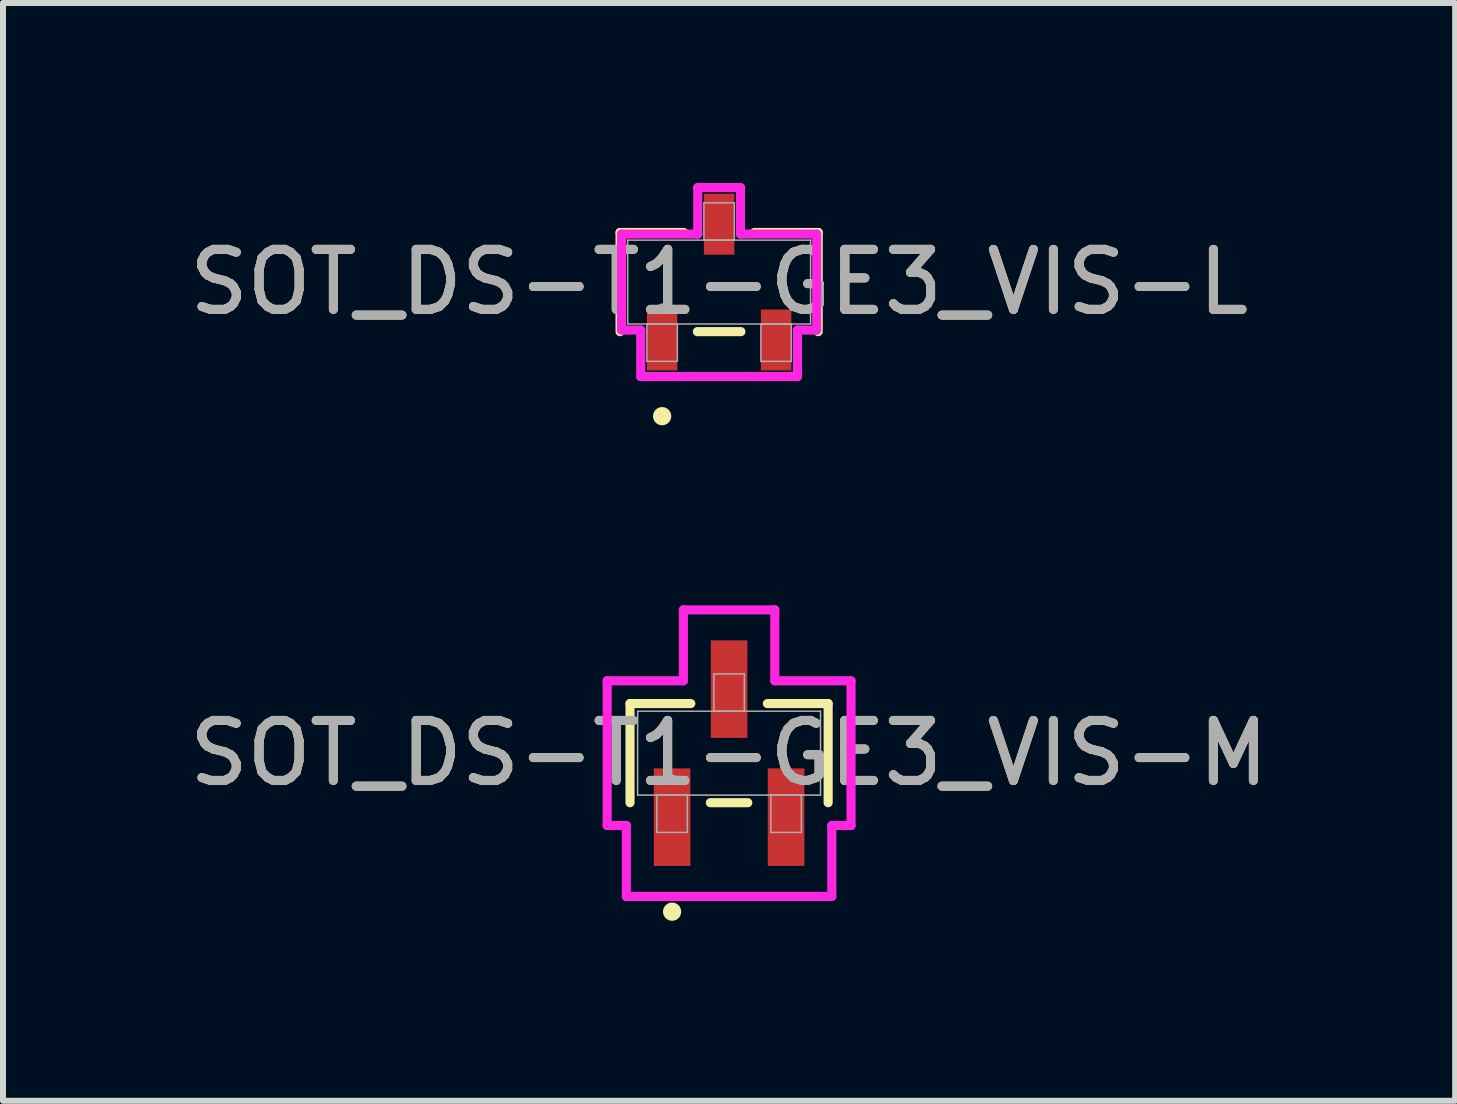
<source format=kicad_pcb>
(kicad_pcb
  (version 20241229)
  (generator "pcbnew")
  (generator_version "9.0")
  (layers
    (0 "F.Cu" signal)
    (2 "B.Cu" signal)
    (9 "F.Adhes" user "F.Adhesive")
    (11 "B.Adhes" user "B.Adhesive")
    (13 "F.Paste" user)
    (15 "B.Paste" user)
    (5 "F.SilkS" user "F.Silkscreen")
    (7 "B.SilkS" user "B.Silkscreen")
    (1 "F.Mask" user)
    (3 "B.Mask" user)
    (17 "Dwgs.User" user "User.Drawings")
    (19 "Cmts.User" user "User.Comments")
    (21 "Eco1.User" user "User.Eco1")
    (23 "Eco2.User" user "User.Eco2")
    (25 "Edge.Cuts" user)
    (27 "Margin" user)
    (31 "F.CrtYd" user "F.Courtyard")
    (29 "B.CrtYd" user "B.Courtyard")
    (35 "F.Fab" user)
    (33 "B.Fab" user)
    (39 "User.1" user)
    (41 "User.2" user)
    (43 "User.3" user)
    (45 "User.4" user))
  (footprint "SOT_DS-T1-GE3_VIS-M"
    (layer "F.Cu")
    (at 9.101 9.502)
    (property "Reference" "SOT_DS-T1-GE3_VIS-M" (at 0 0 0) (unlocked yes) (layer "F.SilkS") (effects (font (size 1 1) (thickness 0.15))))
    (attr smd)
    (fp_line (start -1.651 -0.826) (end -1.651 0.826) (stroke (width 0.152) (type solid)) (layer "F.SilkS"))
    (fp_line (start -0.638 -0.826) (end -1.651 -0.826) (stroke (width 0.152) (type solid)) (layer "F.SilkS"))
    (fp_line (start -0.312 0.826) (end 0.312 0.826) (stroke (width 0.152) (type solid)) (layer "F.SilkS"))
    (fp_line (start 1.651 -0.826) (end 0.638 -0.826) (stroke (width 0.152) (type solid)) (layer "F.SilkS"))
    (fp_line (start 1.651 0.826) (end 1.651 -0.826) (stroke (width 0.152) (type solid)) (layer "F.SilkS"))
    (fp_circle (center -0.95 2.642) (end -0.874 2.642) (stroke (width 0.152) (type solid)) (fill no) (layer "F.SilkS"))
    (fp_line (start -2.032 -1.206) (end -0.762 -1.206) (stroke (width 0.152) (type solid)) (layer "F.CrtYd"))
    (fp_line (start -2.032 1.206) (end -2.032 -1.206) (stroke (width 0.152) (type solid)) (layer "F.CrtYd"))
    (fp_line (start -2.032 1.206) (end -1.712 1.206) (stroke (width 0.152) (type solid)) (layer "F.CrtYd"))
    (fp_line (start -1.712 1.206) (end -1.712 2.388) (stroke (width 0.152) (type solid)) (layer "F.CrtYd"))
    (fp_line (start -1.712 2.388) (end 1.712 2.388) (stroke (width 0.152) (type solid)) (layer "F.CrtYd"))
    (fp_line (start -0.762 -2.388) (end 0.762 -2.388) (stroke (width 0.152) (type solid)) (layer "F.CrtYd"))
    (fp_line (start -0.762 -1.206) (end -0.762 -2.388) (stroke (width 0.152) (type solid)) (layer "F.CrtYd"))
    (fp_line (start 0.762 -1.206) (end 0.762 -2.388) (stroke (width 0.152) (type solid)) (layer "F.CrtYd"))
    (fp_line (start 1.712 1.206) (end 1.712 2.388) (stroke (width 0.152) (type solid)) (layer "F.CrtYd"))
    (fp_line (start 2.032 -1.206) (end 0.762 -1.206) (stroke (width 0.152) (type solid)) (layer "F.CrtYd"))
    (fp_line (start 2.032 -1.206) (end 2.032 1.206) (stroke (width 0.152) (type solid)) (layer "F.CrtYd"))
    (fp_line (start 2.032 1.206) (end 1.712 1.206) (stroke (width 0.152) (type solid)) (layer "F.CrtYd"))
    (fp_line (start -1.524 -0.699) (end -1.524 0.699) (stroke (width 0.025) (type solid)) (layer "F.Fab"))
    (fp_line (start -1.524 0.699) (end 1.524 0.699) (stroke (width 0.025) (type solid)) (layer "F.Fab"))
    (fp_line (start -1.204 0.699) (end -1.204 1.321) (stroke (width 0.025) (type solid)) (layer "F.Fab"))
    (fp_line (start -1.204 1.321) (end -0.696 1.321) (stroke (width 0.025) (type solid)) (layer "F.Fab"))
    (fp_line (start -0.696 0.699) (end -1.204 0.699) (stroke (width 0.025) (type solid)) (layer "F.Fab"))
    (fp_line (start -0.696 1.321) (end -0.696 0.699) (stroke (width 0.025) (type solid)) (layer "F.Fab"))
    (fp_line (start -0.254 -1.321) (end -0.254 -0.699) (stroke (width 0.025) (type solid)) (layer "F.Fab"))
    (fp_line (start -0.254 -0.699) (end 0.254 -0.699) (stroke (width 0.025) (type solid)) (layer "F.Fab"))
    (fp_line (start 0.254 -1.321) (end -0.254 -1.321) (stroke (width 0.025) (type solid)) (layer "F.Fab"))
    (fp_line (start 0.254 -0.699) (end 0.254 -1.321) (stroke (width 0.025) (type solid)) (layer "F.Fab"))
    (fp_line (start 0.696 0.699) (end 0.696 1.321) (stroke (width 0.025) (type solid)) (layer "F.Fab"))
    (fp_line (start 0.696 1.321) (end 1.204 1.321) (stroke (width 0.025) (type solid)) (layer "F.Fab"))
    (fp_line (start 1.204 0.699) (end 0.696 0.699) (stroke (width 0.025) (type solid)) (layer "F.Fab"))
    (fp_line (start 1.204 1.321) (end 1.204 0.699) (stroke (width 0.025) (type solid)) (layer "F.Fab"))
    (fp_line (start 1.524 -0.699) (end -1.524 -0.699) (stroke (width 0.025) (type solid)) (layer "F.Fab"))
    (fp_line (start 1.524 0.699) (end 1.524 -0.699) (stroke (width 0.025) (type solid)) (layer "F.Fab"))
    (fp_circle (center -0.95 0.445) (end -0.874 0.445) (stroke (width 0.025) (type solid)) (fill no) (layer "F.Fab"))
    (fp_text user "${REFERENCE}" (at 0 0 0) (unlocked yes) (layer "F.Fab") (effects (font (size 1 1) (thickness 0.15))))
    (pad "1" smd rect (at -0.95 1.067) (size 0.61 1.626) (layers "F.Cu" "F.Mask" "F.Paste"))
    (pad "2" smd rect (at 0.95 1.067) (size 0.61 1.626) (layers "F.Cu" "F.Mask" "F.Paste"))
    (pad "3" smd rect (at 0 -1.067) (size 0.61 1.626) (layers "F.Cu" "F.Mask" "F.Paste")))
  (footprint "SOT_DS-T1-GE3_VIS-L"
    (layer "F.Cu")
    (at 8.935 1.651)
    (property "Reference" "SOT_DS-T1-GE3_VIS-L" (at 0 0 0) (unlocked yes) (layer "F.SilkS") (effects (font (size 1 1) (thickness 0.15))))
    (attr smd)
    (fp_line (start -1.651 -0.826) (end -1.651 0.826) (stroke (width 0.152) (type solid)) (layer "F.SilkS"))
    (fp_line (start -0.587 -0.826) (end -1.651 -0.826) (stroke (width 0.152) (type solid)) (layer "F.SilkS"))
    (fp_line (start -0.363 0.826) (end 0.363 0.826) (stroke (width 0.152) (type solid)) (layer "F.SilkS"))
    (fp_line (start 1.651 -0.826) (end 0.587 -0.826) (stroke (width 0.152) (type solid)) (layer "F.SilkS"))
    (fp_line (start 1.651 0.826) (end 1.651 -0.826) (stroke (width 0.152) (type solid)) (layer "F.SilkS"))
    (fp_circle (center -0.95 2.235) (end -0.874 2.235) (stroke (width 0.152) (type solid)) (fill no) (layer "F.SilkS"))
    (fp_line (start -1.626 -0.8) (end -0.356 -0.8) (stroke (width 0.152) (type solid)) (layer "F.CrtYd"))
    (fp_line (start -1.626 0.8) (end -1.626 -0.8) (stroke (width 0.152) (type solid)) (layer "F.CrtYd"))
    (fp_line (start -1.626 0.8) (end -1.306 0.8) (stroke (width 0.152) (type solid)) (layer "F.CrtYd"))
    (fp_line (start -1.306 0.8) (end -1.306 1.575) (stroke (width 0.152) (type solid)) (layer "F.CrtYd"))
    (fp_line (start -1.306 1.575) (end 1.306 1.575) (stroke (width 0.152) (type solid)) (layer "F.CrtYd"))
    (fp_line (start -0.356 -1.575) (end 0.356 -1.575) (stroke (width 0.152) (type solid)) (layer "F.CrtYd"))
    (fp_line (start -0.356 -0.8) (end -0.356 -1.575) (stroke (width 0.152) (type solid)) (layer "F.CrtYd"))
    (fp_line (start 0.356 -0.8) (end 0.356 -1.575) (stroke (width 0.152) (type solid)) (layer "F.CrtYd"))
    (fp_line (start 1.306 0.8) (end 1.306 1.575) (stroke (width 0.152) (type solid)) (layer "F.CrtYd"))
    (fp_line (start 1.626 -0.8) (end 0.356 -0.8) (stroke (width 0.152) (type solid)) (layer "F.CrtYd"))
    (fp_line (start 1.626 -0.8) (end 1.626 0.8) (stroke (width 0.152) (type solid)) (layer "F.CrtYd"))
    (fp_line (start 1.626 0.8) (end 1.306 0.8) (stroke (width 0.152) (type solid)) (layer "F.CrtYd"))
    (fp_line (start -1.524 -0.699) (end -1.524 0.699) (stroke (width 0.025) (type solid)) (layer "F.Fab"))
    (fp_line (start -1.524 0.699) (end 1.524 0.699) (stroke (width 0.025) (type solid)) (layer "F.Fab"))
    (fp_line (start -1.204 0.699) (end -1.204 1.321) (stroke (width 0.025) (type solid)) (layer "F.Fab"))
    (fp_line (start -1.204 1.321) (end -0.696 1.321) (stroke (width 0.025) (type solid)) (layer "F.Fab"))
    (fp_line (start -0.696 0.699) (end -1.204 0.699) (stroke (width 0.025) (type solid)) (layer "F.Fab"))
    (fp_line (start -0.696 1.321) (end -0.696 0.699) (stroke (width 0.025) (type solid)) (layer "F.Fab"))
    (fp_line (start -0.254 -1.321) (end -0.254 -0.699) (stroke (width 0.025) (type solid)) (layer "F.Fab"))
    (fp_line (start -0.254 -0.699) (end 0.254 -0.699) (stroke (width 0.025) (type solid)) (layer "F.Fab"))
    (fp_line (start 0.254 -1.321) (end -0.254 -1.321) (stroke (width 0.025) (type solid)) (layer "F.Fab"))
    (fp_line (start 0.254 -0.699) (end 0.254 -1.321) (stroke (width 0.025) (type solid)) (layer "F.Fab"))
    (fp_line (start 0.696 0.699) (end 0.696 1.321) (stroke (width 0.025) (type solid)) (layer "F.Fab"))
    (fp_line (start 0.696 1.321) (end 1.204 1.321) (stroke (width 0.025) (type solid)) (layer "F.Fab"))
    (fp_line (start 1.204 0.699) (end 0.696 0.699) (stroke (width 0.025) (type solid)) (layer "F.Fab"))
    (fp_line (start 1.204 1.321) (end 1.204 0.699) (stroke (width 0.025) (type solid)) (layer "F.Fab"))
    (fp_line (start 1.524 -0.699) (end -1.524 -0.699) (stroke (width 0.025) (type solid)) (layer "F.Fab"))
    (fp_line (start 1.524 0.699) (end 1.524 -0.699) (stroke (width 0.025) (type solid)) (layer "F.Fab"))
    (fp_circle (center -0.95 0.445) (end -0.874 0.445) (stroke (width 0.025) (type solid)) (fill no) (layer "F.Fab"))
    (fp_text user "${REFERENCE}" (at 0 0 0) (unlocked yes) (layer "F.Fab") (effects (font (size 1 1) (thickness 0.15))))
    (pad "1" smd rect (at -0.95 0.965) (size 0.508 1.016) (layers "F.Cu" "F.Mask" "F.Paste"))
    (pad "2" smd rect (at 0.95 0.965) (size 0.508 1.016) (layers "F.Cu" "F.Mask" "F.Paste"))
    (pad "3" smd rect (at 0 -0.965) (size 0.508 1.016) (layers "F.Cu" "F.Mask" "F.Paste")))
  (gr_rect
    (start -3 -3)
    (end 21.202 15.296)
    (stroke (width 0.1) (type default))
    (fill no)
    (layer "Edge.Cuts")))
</source>
